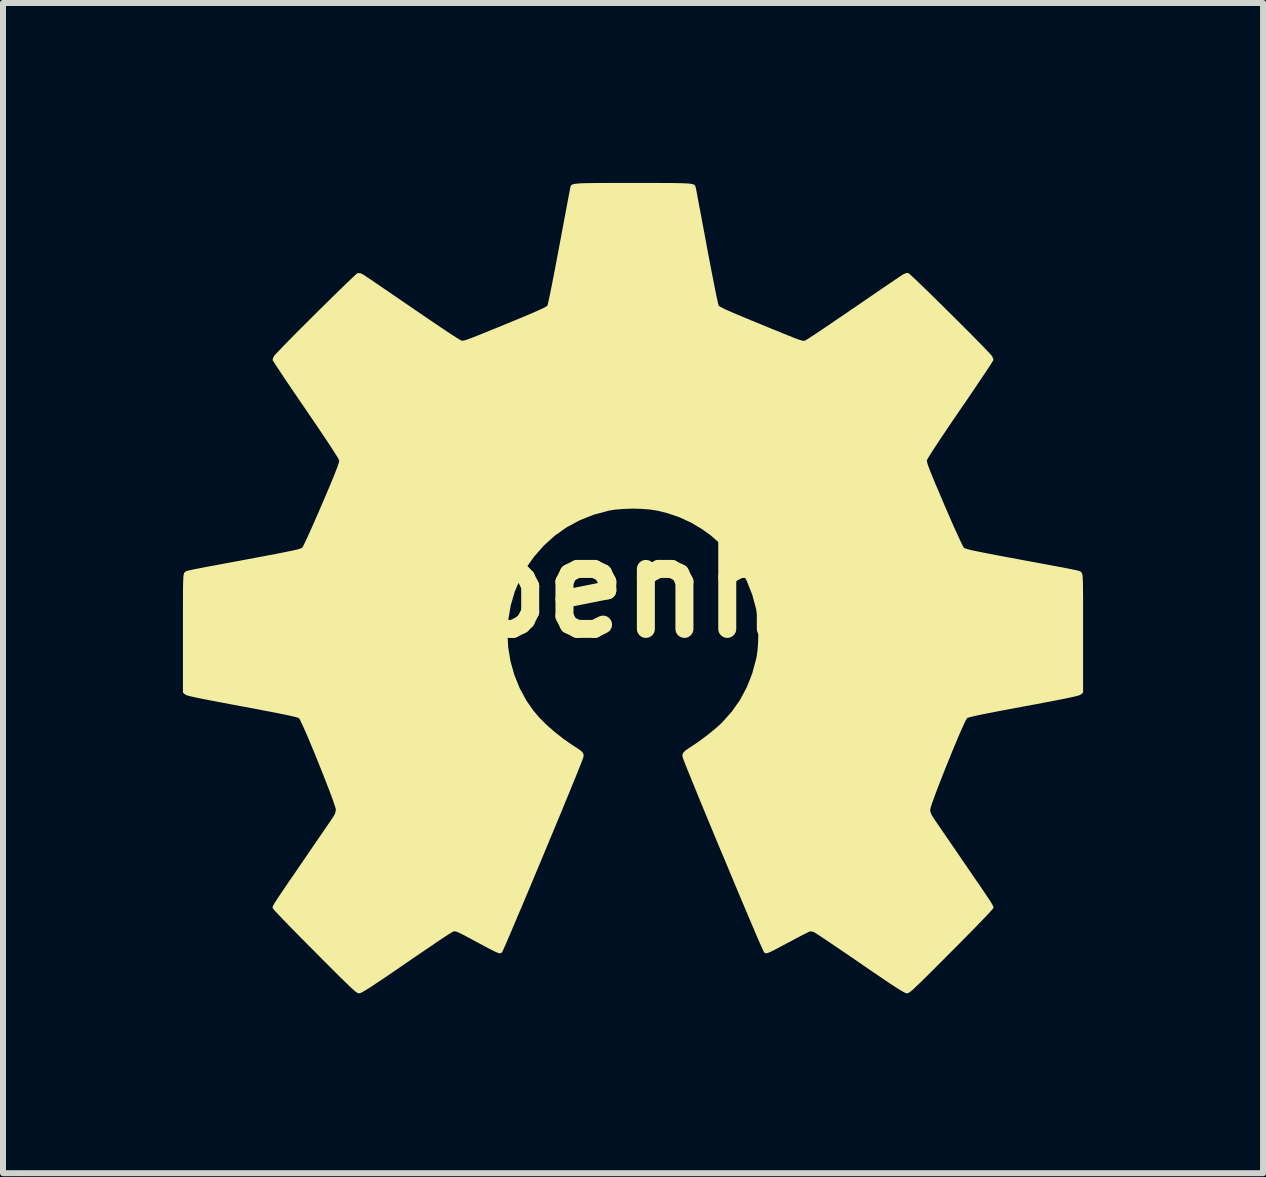
<source format=kicad_pcb>
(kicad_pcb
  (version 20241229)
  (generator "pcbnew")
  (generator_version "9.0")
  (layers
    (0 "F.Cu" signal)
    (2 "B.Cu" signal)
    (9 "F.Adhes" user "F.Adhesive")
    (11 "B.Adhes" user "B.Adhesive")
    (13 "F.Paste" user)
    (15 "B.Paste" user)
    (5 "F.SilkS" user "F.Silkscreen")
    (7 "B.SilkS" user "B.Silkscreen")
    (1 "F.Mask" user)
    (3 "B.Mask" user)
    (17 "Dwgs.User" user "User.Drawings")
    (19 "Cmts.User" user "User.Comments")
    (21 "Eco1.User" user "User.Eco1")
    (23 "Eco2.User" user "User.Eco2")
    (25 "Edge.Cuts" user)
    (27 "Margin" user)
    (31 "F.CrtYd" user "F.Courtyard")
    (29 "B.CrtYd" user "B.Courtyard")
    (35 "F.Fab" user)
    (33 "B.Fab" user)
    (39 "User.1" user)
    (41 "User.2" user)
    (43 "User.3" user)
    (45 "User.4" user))
  (footprint "openhw"
    (layer "F.Cu")
    (at 7.504 6.757)
    (property "Reference" "openhw" (at 0 0 0) (layer "F.SilkS") (effects (font (size 1.5 1.5) (thickness 0.3))))
    (attr board_only exclude_from_pos_files exclude_from_bom)
    (fp_poly (pts (xy 0 -6.757) (xy 0.198 -6.757) (xy 0.369 -6.757) (xy 0.515 -6.756) (xy 0.637 -6.756) (xy 0.739 -6.754) (xy 0.821 -6.752) (xy 0.887 -6.749) (xy 0.937 -6.746) (xy 0.975 -6.741) (xy 1.002 -6.734) (xy 1.02 -6.727) (xy 1.031 -6.717) (xy 1.038 -6.706) (xy 1.042 -6.693) (xy 1.046 -6.68) (xy 1.05 -6.66) (xy 1.059 -6.614) (xy 1.072 -6.544) (xy 1.089 -6.453) (xy 1.11 -6.342) (xy 1.134 -6.216) (xy 1.16 -6.075) (xy 1.189 -5.923) (xy 1.219 -5.762) (xy 1.231 -5.694) (xy 1.262 -5.53) (xy 1.292 -5.374) (xy 1.32 -5.229) (xy 1.346 -5.097) (xy 1.369 -4.98) (xy 1.389 -4.88) (xy 1.406 -4.802) (xy 1.419 -4.746) (xy 1.427 -4.715) (xy 1.429 -4.711) (xy 1.448 -4.696) (xy 1.492 -4.672) (xy 1.562 -4.639) (xy 1.658 -4.597) (xy 1.78 -4.545) (xy 1.93 -4.483) (xy 1.959 -4.47) (xy 2.134 -4.399) (xy 2.283 -4.337) (xy 2.41 -4.286) (xy 2.515 -4.243) (xy 2.602 -4.208) (xy 2.671 -4.18) (xy 2.726 -4.159) (xy 2.768 -4.144) (xy 2.8 -4.134) (xy 2.823 -4.128) (xy 2.839 -4.125) (xy 2.851 -4.125) (xy 2.861 -4.127) (xy 2.87 -4.13) (xy 2.871 -4.13) (xy 2.89 -4.141) (xy 2.931 -4.167) (xy 2.992 -4.207) (xy 3.07 -4.258) (xy 3.164 -4.321) (xy 3.271 -4.393) (xy 3.389 -4.474) (xy 3.517 -4.56) (xy 3.65 -4.652) (xy 3.68 -4.672) (xy 3.816 -4.765) (xy 3.946 -4.854) (xy 4.067 -4.937) (xy 4.178 -5.013) (xy 4.277 -5.08) (xy 4.361 -5.137) (xy 4.427 -5.182) (xy 4.475 -5.214) (xy 4.5 -5.231) (xy 4.503 -5.232) (xy 4.557 -5.255) (xy 4.591 -5.254) (xy 4.607 -5.242) (xy 4.641 -5.211) (xy 4.692 -5.164) (xy 4.757 -5.102) (xy 4.834 -5.028) (xy 4.921 -4.944) (xy 5.016 -4.851) (xy 5.116 -4.752) (xy 5.22 -4.649) (xy 5.326 -4.545) (xy 5.43 -4.441) (xy 5.532 -4.339) (xy 5.629 -4.242) (xy 5.718 -4.151) (xy 5.799 -4.069) (xy 5.868 -3.998) (xy 5.923 -3.94) (xy 5.963 -3.897) (xy 5.985 -3.871) (xy 5.988 -3.866) (xy 6.003 -3.831) (xy 6.009 -3.806) (xy 6.001 -3.791) (xy 5.978 -3.753) (xy 5.941 -3.696) (xy 5.891 -3.62) (xy 5.83 -3.529) (xy 5.759 -3.424) (xy 5.68 -3.306) (xy 5.594 -3.179) (xy 5.502 -3.045) (xy 5.458 -2.981) (xy 5.345 -2.816) (xy 5.244 -2.666) (xy 5.153 -2.532) (xy 5.076 -2.415) (xy 5.011 -2.316) (xy 4.96 -2.237) (xy 4.924 -2.179) (xy 4.904 -2.143) (xy 4.9 -2.132) (xy 4.9 -2.116) (xy 4.906 -2.09) (xy 4.917 -2.053) (xy 4.936 -2.002) (xy 4.962 -1.935) (xy 4.996 -1.851) (xy 5.039 -1.746) (xy 5.093 -1.62) (xy 5.157 -1.469) (xy 5.188 -1.396) (xy 5.25 -1.253) (xy 5.308 -1.119) (xy 5.361 -0.999) (xy 5.409 -0.895) (xy 5.449 -0.808) (xy 5.481 -0.741) (xy 5.504 -0.696) (xy 5.516 -0.676) (xy 5.516 -0.676) (xy 5.527 -0.669) (xy 5.546 -0.661) (xy 5.575 -0.652) (xy 5.616 -0.641) (xy 5.672 -0.628) (xy 5.744 -0.613) (xy 5.835 -0.595) (xy 5.946 -0.573) (xy 6.08 -0.547) (xy 6.238 -0.518) (xy 6.42 -0.484) (xy 6.617 -0.447) (xy 6.787 -0.416) (xy 6.932 -0.389) (xy 7.054 -0.366) (xy 7.156 -0.347) (xy 7.238 -0.331) (xy 7.304 -0.318) (xy 7.356 -0.307) (xy 7.395 -0.299) (xy 7.423 -0.292) (xy 7.442 -0.286) (xy 7.455 -0.281) (xy 7.463 -0.276) (xy 7.468 -0.271) (xy 7.473 -0.266) (xy 7.476 -0.263) (xy 7.482 -0.256) (xy 7.486 -0.247) (xy 7.49 -0.234) (xy 7.494 -0.214) (xy 7.497 -0.185) (xy 7.499 -0.146) (xy 7.501 -0.093) (xy 7.502 -0.025) (xy 7.503 0.06) (xy 7.504 0.164) (xy 7.504 0.29) (xy 7.504 0.44) (xy 7.504 0.615) (xy 7.504 0.752) (xy 7.504 1.739) (xy 7.471 1.769) (xy 7.46 1.776) (xy 7.44 1.784) (xy 7.41 1.794) (xy 7.366 1.805) (xy 7.308 1.818) (xy 7.234 1.834) (xy 7.14 1.853) (xy 7.026 1.875) (xy 6.889 1.901) (xy 6.727 1.932) (xy 6.539 1.967) (xy 6.522 1.97) (xy 6.319 2.008) (xy 6.144 2.041) (xy 5.994 2.07) (xy 5.87 2.094) (xy 5.769 2.115) (xy 5.69 2.132) (xy 5.632 2.146) (xy 5.593 2.157) (xy 5.572 2.165) (xy 5.57 2.167) (xy 5.557 2.186) (xy 5.534 2.23) (xy 5.504 2.295) (xy 5.467 2.378) (xy 5.425 2.475) (xy 5.379 2.585) (xy 5.329 2.704) (xy 5.279 2.828) (xy 5.227 2.955) (xy 5.177 3.081) (xy 5.129 3.204) (xy 5.084 3.319) (xy 5.044 3.425) (xy 5.01 3.519) (xy 4.982 3.595) (xy 4.964 3.653) (xy 4.955 3.689) (xy 4.954 3.695) (xy 4.96 3.735) (xy 4.98 3.781) (xy 5.017 3.841) (xy 5.022 3.849) (xy 5.044 3.881) (xy 5.08 3.934) (xy 5.129 4.006) (xy 5.19 4.094) (xy 5.259 4.195) (xy 5.336 4.307) (xy 5.418 4.427) (xy 5.503 4.552) (xy 5.533 4.595) (xy 5.634 4.742) (xy 5.719 4.867) (xy 5.791 4.971) (xy 5.849 5.057) (xy 5.896 5.127) (xy 5.933 5.182) (xy 5.961 5.225) (xy 5.981 5.258) (xy 5.994 5.282) (xy 6.003 5.299) (xy 6.007 5.311) (xy 6.009 5.321) (xy 6.009 5.33) (xy 6.009 5.33) (xy 5.999 5.345) (xy 5.969 5.379) (xy 5.922 5.431) (xy 5.858 5.498) (xy 5.779 5.58) (xy 5.687 5.676) (xy 5.582 5.782) (xy 5.467 5.899) (xy 5.343 6.024) (xy 5.309 6.057) (xy 5.172 6.195) (xy 5.054 6.313) (xy 4.953 6.414) (xy 4.868 6.498) (xy 4.798 6.567) (xy 4.74 6.622) (xy 4.694 6.666) (xy 4.658 6.699) (xy 4.63 6.722) (xy 4.608 6.738) (xy 4.592 6.748) (xy 4.579 6.752) (xy 4.568 6.754) (xy 4.558 6.753) (xy 4.541 6.748) (xy 4.512 6.733) (xy 4.47 6.709) (xy 4.413 6.674) (xy 4.341 6.628) (xy 4.251 6.568) (xy 4.143 6.495) (xy 4.014 6.408) (xy 3.864 6.305) (xy 3.779 6.247) (xy 3.648 6.156) (xy 3.523 6.071) (xy 3.406 5.992) (xy 3.3 5.92) (xy 3.208 5.858) (xy 3.13 5.806) (xy 3.07 5.767) (xy 3.03 5.741) (xy 3.011 5.731) (xy 2.972 5.722) (xy 2.943 5.724) (xy 2.922 5.734) (xy 2.88 5.755) (xy 2.819 5.786) (xy 2.745 5.824) (xy 2.662 5.869) (xy 2.612 5.896) (xy 2.501 5.954) (xy 2.414 6.001) (xy 2.347 6.036) (xy 2.296 6.061) (xy 2.259 6.077) (xy 2.234 6.085) (xy 2.216 6.087) (xy 2.203 6.084) (xy 2.192 6.076) (xy 2.185 6.071) (xy 2.177 6.055) (xy 2.158 6.014) (xy 2.129 5.95) (xy 2.092 5.865) (xy 2.047 5.761) (xy 1.996 5.64) (xy 1.938 5.505) (xy 1.875 5.356) (xy 1.808 5.197) (xy 1.737 5.028) (xy 1.664 4.854) (xy 1.589 4.674) (xy 1.513 4.492) (xy 1.436 4.31) (xy 1.361 4.128) (xy 1.287 3.951) (xy 1.216 3.779) (xy 1.148 3.614) (xy 1.084 3.459) (xy 1.026 3.316) (xy 0.973 3.186) (xy 0.927 3.073) (xy 0.888 2.977) (xy 0.858 2.901) (xy 0.837 2.846) (xy 0.827 2.816) (xy 0.826 2.812) (xy 0.824 2.774) (xy 0.839 2.741) (xy 0.873 2.706) (xy 0.93 2.667) (xy 0.941 2.66) (xy 1.032 2.6) (xy 1.133 2.529) (xy 1.236 2.452) (xy 1.333 2.374) (xy 1.419 2.301) (xy 1.48 2.244) (xy 1.644 2.061) (xy 1.783 1.864) (xy 1.896 1.653) (xy 1.986 1.426) (xy 2.052 1.182) (xy 2.062 1.136) (xy 2.077 1.027) (xy 2.086 0.899) (xy 2.089 0.76) (xy 2.085 0.62) (xy 2.074 0.488) (xy 2.058 0.374) (xy 2.054 0.353) (xy 1.987 0.106) (xy 1.895 -0.125) (xy 1.779 -0.341) (xy 1.64 -0.54) (xy 1.477 -0.721) (xy 1.292 -0.884) (xy 1.151 -0.985) (xy 0.965 -1.095) (xy 0.772 -1.184) (xy 0.566 -1.253) (xy 0.409 -1.292) (xy 0.285 -1.312) (xy 0.143 -1.323) (xy -0.009 -1.327) (xy -0.159 -1.322) (xy -0.3 -1.31) (xy -0.409 -1.292) (xy -0.656 -1.225) (xy -0.888 -1.133) (xy -1.104 -1.017) (xy -1.303 -0.877) (xy -1.484 -0.714) (xy -1.647 -0.529) (xy -1.758 -0.374) (xy -1.878 -0.164) (xy -1.971 0.056) (xy -2.038 0.283) (xy -2.078 0.515) (xy -2.093 0.75) (xy -2.081 0.985) (xy -2.043 1.217) (xy -1.979 1.445) (xy -1.89 1.666) (xy -1.775 1.877) (xy -1.661 2.04) (xy -1.563 2.156) (xy -1.443 2.277) (xy -1.305 2.397) (xy -1.157 2.514) (xy -1.002 2.621) (xy -0.941 2.66) (xy -0.88 2.701) (xy -0.842 2.736) (xy -0.825 2.769) (xy -0.825 2.806) (xy -0.826 2.812) (xy -0.833 2.835) (xy -0.851 2.883) (xy -0.879 2.953) (xy -0.915 3.043) (xy -0.959 3.152) (xy -1.01 3.277) (xy -1.067 3.417) (xy -1.13 3.569) (xy -1.196 3.731) (xy -1.267 3.901) (xy -1.34 4.077) (xy -1.415 4.257) (xy -1.491 4.44) (xy -1.567 4.622) (xy -1.643 4.803) (xy -1.716 4.979) (xy -1.788 5.149) (xy -1.856 5.311) (xy -1.921 5.463) (xy -1.98 5.603) (xy -2.033 5.728) (xy -2.08 5.837) (xy -2.119 5.928) (xy -2.15 5.998) (xy -2.172 6.046) (xy -2.184 6.069) (xy -2.185 6.071) (xy -2.197 6.08) (xy -2.209 6.086) (xy -2.224 6.087) (xy -2.246 6.082) (xy -2.277 6.069) (xy -2.321 6.049) (xy -2.38 6.019) (xy -2.458 5.978) (xy -2.557 5.925) (xy -2.611 5.896) (xy -2.714 5.841) (xy -2.793 5.798) (xy -2.854 5.767) (xy -2.899 5.745) (xy -2.931 5.731) (xy -2.954 5.723) (xy -2.971 5.721) (xy -2.985 5.722) (xy -2.999 5.725) (xy -3.017 5.735) (xy -3.057 5.76) (xy -3.117 5.798) (xy -3.194 5.849) (xy -3.286 5.911) (xy -3.392 5.983) (xy -3.509 6.062) (xy -3.634 6.147) (xy -3.766 6.238) (xy -3.771 6.241) (xy -3.934 6.353) (xy -4.074 6.449) (xy -4.194 6.53) (xy -4.294 6.596) (xy -4.375 6.65) (xy -4.44 6.691) (xy -4.49 6.721) (xy -4.526 6.741) (xy -4.55 6.751) (xy -4.558 6.753) (xy -4.569 6.754) (xy -4.58 6.752) (xy -4.593 6.747) (xy -4.61 6.737) (xy -4.632 6.721) (xy -4.661 6.696) (xy -4.698 6.663) (xy -4.745 6.618) (xy -4.803 6.562) (xy -4.875 6.492) (xy -4.961 6.406) (xy -5.063 6.304) (xy -5.183 6.184) (xy -5.309 6.057) (xy -5.436 5.93) (xy -5.553 5.811) (xy -5.661 5.702) (xy -5.756 5.604) (xy -5.839 5.518) (xy -5.907 5.447) (xy -5.959 5.391) (xy -5.993 5.352) (xy -6.009 5.332) (xy -6.009 5.33) (xy -6.009 5.321) (xy -6.007 5.312) (xy -6.003 5.299) (xy -5.995 5.282) (xy -5.982 5.259) (xy -5.962 5.227) (xy -5.935 5.185) (xy -5.899 5.131) (xy -5.853 5.063) (xy -5.796 4.978) (xy -5.726 4.876) (xy -5.642 4.754) (xy -5.544 4.61) (xy -5.513 4.566) (xy -5.426 4.438) (xy -5.342 4.315) (xy -5.263 4.2) (xy -5.192 4.096) (xy -5.129 4.005) (xy -5.077 3.928) (xy -5.037 3.87) (xy -5.011 3.832) (xy -5.003 3.82) (xy -4.966 3.754) (xy -4.954 3.696) (xy -4.954 3.695) (xy -4.959 3.668) (xy -4.975 3.618) (xy -4.999 3.547) (xy -5.031 3.459) (xy -5.069 3.358) (xy -5.113 3.245) (xy -5.16 3.124) (xy -5.21 2.999) (xy -5.261 2.872) (xy -5.312 2.746) (xy -5.362 2.626) (xy -5.409 2.512) (xy -5.453 2.41) (xy -5.492 2.322) (xy -5.525 2.25) (xy -5.55 2.199) (xy -5.566 2.171) (xy -5.57 2.167) (xy -5.587 2.159) (xy -5.622 2.149) (xy -5.675 2.136) (xy -5.75 2.119) (xy -5.846 2.099) (xy -5.965 2.075) (xy -6.109 2.048) (xy -6.278 2.015) (xy -6.475 1.978) (xy -6.522 1.97) (xy -6.713 1.934) (xy -6.877 1.903) (xy -7.015 1.877) (xy -7.131 1.854) (xy -7.227 1.835) (xy -7.303 1.819) (xy -7.362 1.806) (xy -7.407 1.795) (xy -7.438 1.785) (xy -7.459 1.777) (xy -7.471 1.77) (xy -7.471 1.769) (xy -7.504 1.739) (xy -7.504 0.752) (xy -7.504 0.558) (xy -7.504 0.391) (xy -7.504 0.249) (xy -7.503 0.13) (xy -7.503 0.032) (xy -7.502 -0.048) (xy -7.5 -0.111) (xy -7.498 -0.159) (xy -7.496 -0.195) (xy -7.493 -0.221) (xy -7.489 -0.239) (xy -7.485 -0.25) (xy -7.48 -0.258) (xy -7.476 -0.263) (xy -7.471 -0.268) (xy -7.466 -0.273) (xy -7.46 -0.278) (xy -7.45 -0.283) (xy -7.434 -0.288) (xy -7.412 -0.295) (xy -7.379 -0.302) (xy -7.336 -0.312) (xy -7.278 -0.323) (xy -7.205 -0.337) (xy -7.115 -0.355) (xy -7.004 -0.375) (xy -6.873 -0.4) (xy -6.717 -0.429) (xy -6.536 -0.462) (xy -6.42 -0.484) (xy -6.235 -0.519) (xy -6.076 -0.549) (xy -5.942 -0.574) (xy -5.831 -0.596) (xy -5.74 -0.614) (xy -5.668 -0.63) (xy -5.613 -0.642) (xy -5.572 -0.653) (xy -5.543 -0.662) (xy -5.525 -0.67) (xy -5.516 -0.677) (xy -5.503 -0.696) (xy -5.481 -0.74) (xy -5.449 -0.806) (xy -5.41 -0.892) (xy -5.363 -0.995) (xy -5.311 -1.113) (xy -5.254 -1.243) (xy -5.194 -1.382) (xy -5.188 -1.396) (xy -5.119 -1.557) (xy -5.061 -1.693) (xy -5.014 -1.807) (xy -4.976 -1.899) (xy -4.947 -1.974) (xy -4.925 -2.031) (xy -4.91 -2.074) (xy -4.902 -2.105) (xy -4.899 -2.125) (xy -4.9 -2.132) (xy -4.91 -2.154) (xy -4.936 -2.199) (xy -4.978 -2.265) (xy -5.034 -2.353) (xy -5.105 -2.46) (xy -5.189 -2.585) (xy -5.285 -2.728) (xy -5.394 -2.888) (xy -5.458 -2.982) (xy -5.552 -3.119) (xy -5.641 -3.25) (xy -5.724 -3.372) (xy -5.799 -3.483) (xy -5.864 -3.581) (xy -5.919 -3.664) (xy -5.962 -3.729) (xy -5.992 -3.776) (xy -6.008 -3.802) (xy -6.009 -3.806) (xy -6.003 -3.833) (xy -5.988 -3.866) (xy -5.974 -3.885) (xy -5.94 -3.922) (xy -5.89 -3.974) (xy -5.826 -4.041) (xy -5.75 -4.119) (xy -5.664 -4.206) (xy -5.569 -4.302) (xy -5.469 -4.402) (xy -5.365 -4.505) (xy -5.26 -4.61) (xy -5.155 -4.714) (xy -5.053 -4.814) (xy -4.956 -4.909) (xy -4.866 -4.997) (xy -4.785 -5.076) (xy -4.715 -5.142) (xy -4.659 -5.195) (xy -4.618 -5.233) (xy -4.594 -5.252) (xy -4.591 -5.254) (xy -4.547 -5.252) (xy -4.503 -5.232) (xy -4.481 -5.218) (xy -4.438 -5.189) (xy -4.375 -5.147) (xy -4.294 -5.092) (xy -4.199 -5.027) (xy -4.09 -4.953) (xy -3.97 -4.871) (xy -3.842 -4.783) (xy -3.707 -4.691) (xy -3.68 -4.672) (xy -3.545 -4.58) (xy -3.416 -4.492) (xy -3.295 -4.41) (xy -3.185 -4.336) (xy -3.088 -4.271) (xy -3.006 -4.217) (xy -2.94 -4.175) (xy -2.894 -4.146) (xy -2.87 -4.133) (xy -2.867 -4.132) (xy -2.857 -4.129) (xy -2.848 -4.127) (xy -2.836 -4.127) (xy -2.82 -4.129) (xy -2.797 -4.135) (xy -2.767 -4.145) (xy -2.726 -4.16) (xy -2.672 -4.18) (xy -2.605 -4.207) (xy -2.52 -4.241) (xy -2.417 -4.283) (xy -2.293 -4.333) (xy -2.147 -4.393) (xy -1.975 -4.464) (xy -1.959 -4.47) (xy -1.806 -4.534) (xy -1.68 -4.587) (xy -1.58 -4.631) (xy -1.505 -4.666) (xy -1.456 -4.691) (xy -1.431 -4.708) (xy -1.428 -4.711) (xy -1.422 -4.73) (xy -1.411 -4.776) (xy -1.396 -4.846) (xy -1.377 -4.937) (xy -1.355 -5.047) (xy -1.33 -5.173) (xy -1.303 -5.314) (xy -1.274 -5.466) (xy -1.244 -5.627) (xy -1.231 -5.694) (xy -1.2 -5.858) (xy -1.171 -6.014) (xy -1.144 -6.16) (xy -1.119 -6.292) (xy -1.097 -6.41) (xy -1.078 -6.509) (xy -1.063 -6.588) (xy -1.053 -6.644) (xy -1.047 -6.675) (xy -1.046 -6.68) (xy -1.042 -6.695) (xy -1.038 -6.708) (xy -1.03 -6.719) (xy -1.018 -6.728) (xy -0.999 -6.735) (xy -0.971 -6.741) (xy -0.932 -6.746) (xy -0.88 -6.75) (xy -0.812 -6.753) (xy -0.728 -6.754) (xy -0.624 -6.756) (xy -0.499 -6.756) (xy -0.35 -6.757) (xy -0.176 -6.757)) (stroke (width 0) (type solid)) (fill yes) (layer "F.SilkS")))
  (gr_rect
    (start -3 -3)
    (end 18.008 16.51)
    (stroke (width 0.1) (type default))
    (fill no)
    (layer "Edge.Cuts")))
</source>
